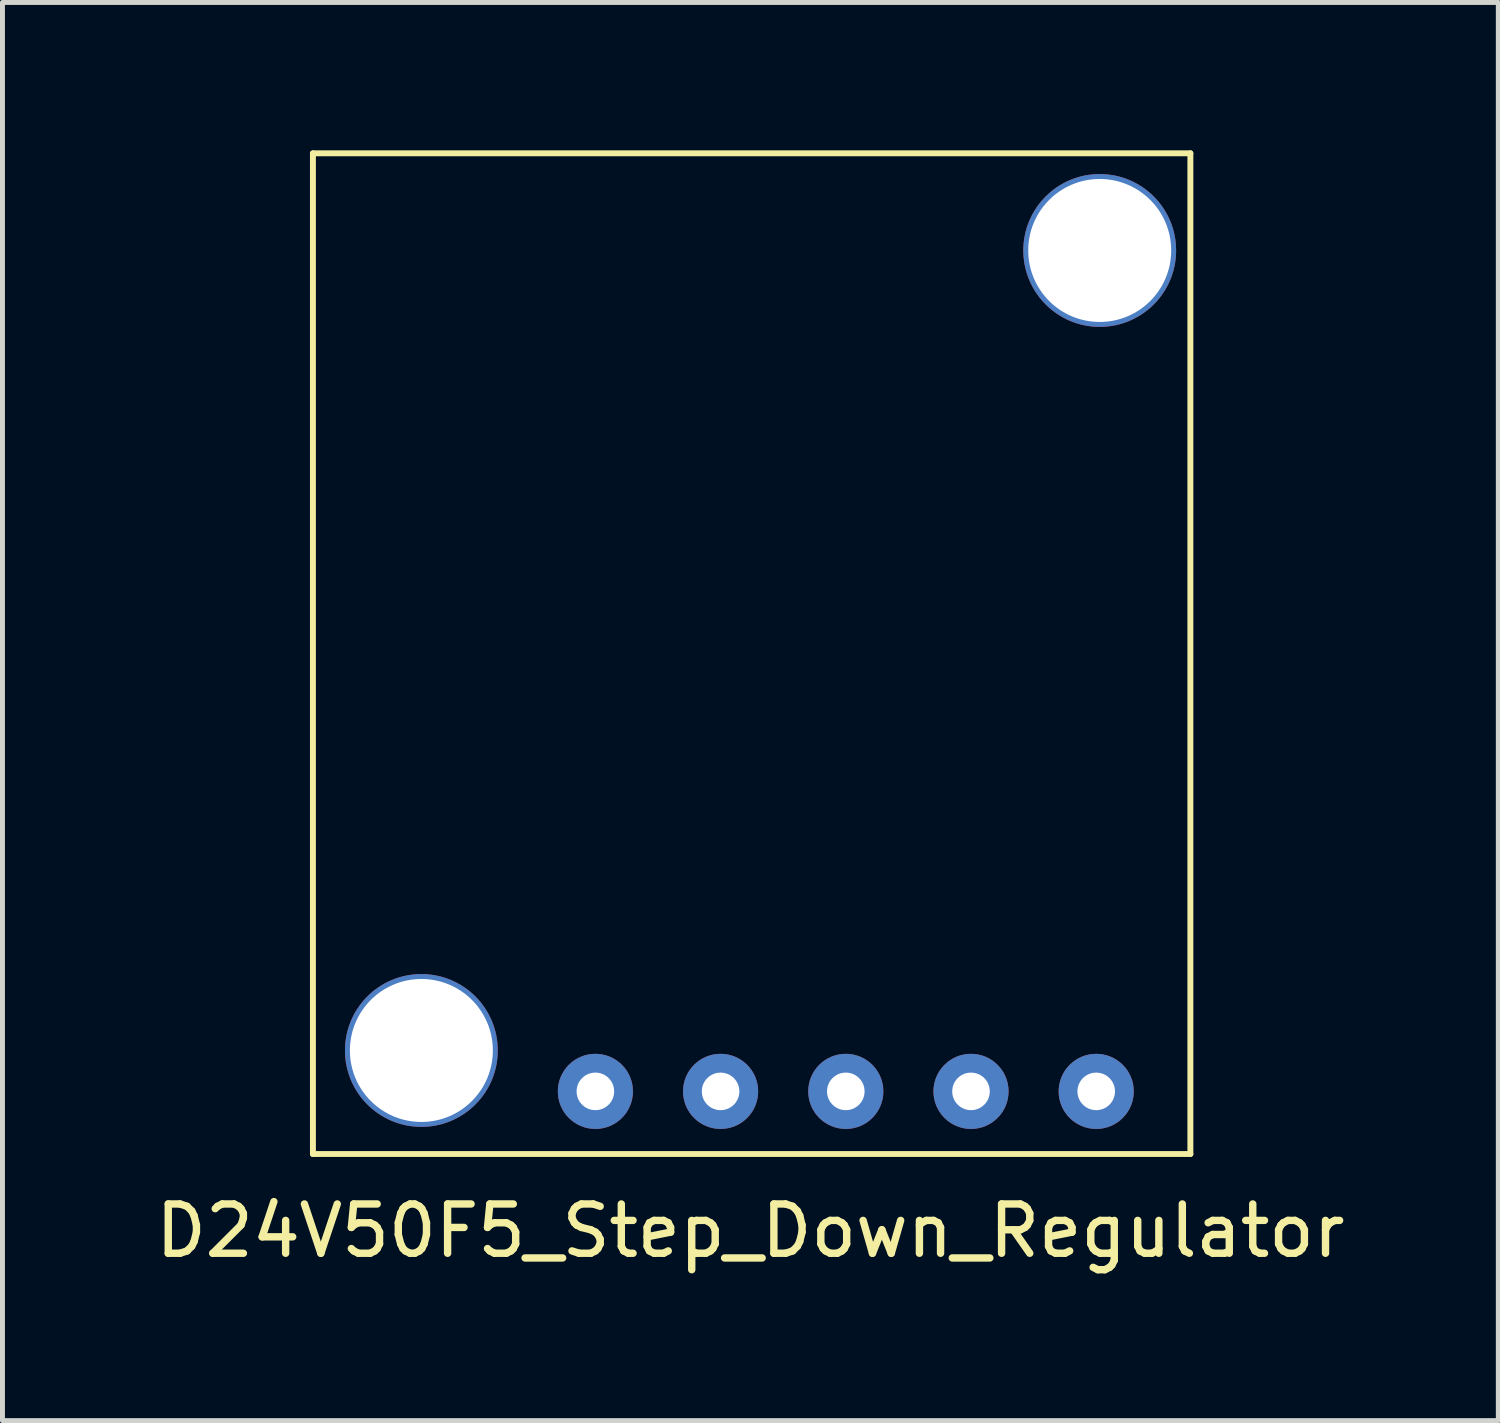
<source format=kicad_pcb>
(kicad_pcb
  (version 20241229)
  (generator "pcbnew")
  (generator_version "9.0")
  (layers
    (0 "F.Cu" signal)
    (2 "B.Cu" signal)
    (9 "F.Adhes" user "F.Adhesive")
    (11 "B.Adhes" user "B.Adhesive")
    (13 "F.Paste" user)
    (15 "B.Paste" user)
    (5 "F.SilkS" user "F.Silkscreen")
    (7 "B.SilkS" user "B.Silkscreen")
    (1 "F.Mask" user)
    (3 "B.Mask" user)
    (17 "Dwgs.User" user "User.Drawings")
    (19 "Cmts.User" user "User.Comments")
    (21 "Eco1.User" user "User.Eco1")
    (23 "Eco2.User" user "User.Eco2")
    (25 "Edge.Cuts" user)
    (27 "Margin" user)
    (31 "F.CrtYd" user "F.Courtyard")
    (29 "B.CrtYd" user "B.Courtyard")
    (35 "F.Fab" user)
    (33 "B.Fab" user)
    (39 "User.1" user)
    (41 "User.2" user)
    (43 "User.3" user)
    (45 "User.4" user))
  (footprint "D24V50F5_Step_Down_Regulator"
    (layer "F.Cu")
    (at 12.198 10.21)
    (property "Reference" "D24V50F5_Step_Down_Regulator" (at -0.025 11.709 0) (layer "F.SilkS") (effects (font (size 1 1) (thickness 0.15))))
    (attr through_hole)
    (fp_line (start -8.9 -10.15) (end 8.9 -10.15) (stroke (width 0.12) (type solid)) (layer "F.SilkS"))
    (fp_line (start -8.9 10.15) (end -8.9 -10.15) (stroke (width 0.12) (type solid)) (layer "F.SilkS"))
    (fp_line (start 8.9 -10.15) (end 8.9 10.15) (stroke (width 0.12) (type solid)) (layer "F.SilkS"))
    (fp_line (start 8.9 10.15) (end -8.9 10.15) (stroke (width 0.12) (type solid)) (layer "F.SilkS"))
    (pad "0" thru_hole circle (at -3.17 8.88) (size 1.524 1.524) (drill 0.762) (layers "*.Cu" "*.Mask"))
    (pad "1" thru_hole circle (at -0.63 8.88) (size 1.524 1.524) (drill 0.762) (layers "*.Cu" "*.Mask"))
    (pad "2" thru_hole circle (at 1.91 8.88) (size 1.524 1.524) (drill 0.762) (layers "*.Cu" "*.Mask"))
    (pad "3" thru_hole circle (at 4.45 8.88) (size 1.524 1.524) (drill 0.762) (layers "*.Cu" "*.Mask"))
    (pad "4" thru_hole circle (at 6.99 8.88) (size 1.524 1.524) (drill 0.762) (layers "*.Cu" "*.Mask"))
    (pad "5" thru_hole circle (at -6.7 8.05) (size 3.1 3.1) (drill 2.9) (layers "*.Cu" "*.Mask"))
    (pad "6" thru_hole circle (at 7.061 -8.179) (size 3.1 3.1) (drill 2.9) (layers "*.Cu" "*.Mask")))
  (gr_rect
    (start -3 -3)
    (end 27.345 25.768)
    (stroke (width 0.1) (type default))
    (fill no)
    (layer "Edge.Cuts")))
</source>
